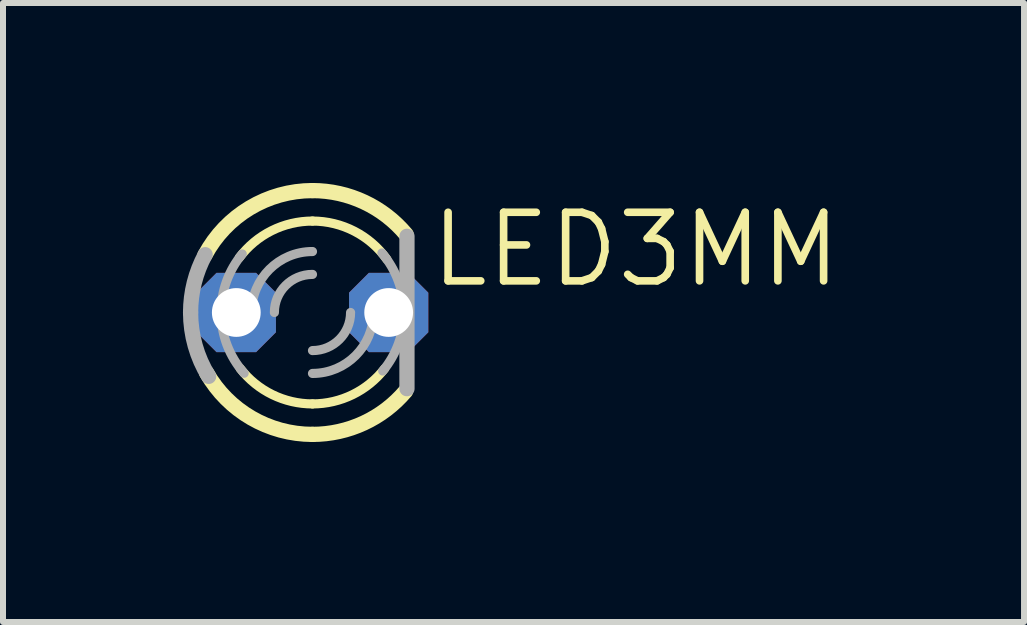
<source format=kicad_pcb>
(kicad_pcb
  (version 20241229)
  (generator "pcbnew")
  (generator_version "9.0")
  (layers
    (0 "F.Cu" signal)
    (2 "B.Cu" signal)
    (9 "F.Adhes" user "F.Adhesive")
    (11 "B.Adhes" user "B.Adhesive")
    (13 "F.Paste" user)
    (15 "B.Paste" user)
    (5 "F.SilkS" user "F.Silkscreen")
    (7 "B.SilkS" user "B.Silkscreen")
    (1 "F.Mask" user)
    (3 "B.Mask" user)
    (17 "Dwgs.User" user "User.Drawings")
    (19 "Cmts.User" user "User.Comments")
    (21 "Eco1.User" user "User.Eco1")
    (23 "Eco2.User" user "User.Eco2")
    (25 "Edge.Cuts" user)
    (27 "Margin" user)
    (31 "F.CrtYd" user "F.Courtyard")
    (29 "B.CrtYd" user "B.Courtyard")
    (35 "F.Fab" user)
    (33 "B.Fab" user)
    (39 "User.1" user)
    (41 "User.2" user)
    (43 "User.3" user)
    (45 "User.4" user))
  (footprint "LED3MM"
    (layer "F.Cu")
    (at 2.159 2.159)
    (property "Reference" "LED3MM" (at 1.905 -0.381 0) (layer "F.SilkS") (effects (font (size 1.143 1.143) (thickness 0.127)) (justify left bottom)))
    (fp_arc (start -1.7929 -0.9562) (mid -1.045438 -1.7424) (end 0 -2.032) (stroke (width 0.254) (type solid)) (layer "F.SilkS"))
    (fp_arc (start -1.2192 -0.9144) (mid -0.681554 -1.363107) (end 0 -1.524) (stroke (width 0.1524) (type solid)) (layer "F.SilkS"))
    (fp_arc (start 0 -2.032) (mid 0.861864 -1.840173) (end 1.561 -1.3009) (stroke (width 0.254) (type solid)) (layer "F.SilkS"))
    (fp_arc (start 0 -1.524) (mid 0.697339 -1.355082) (end 1.2401 -0.885801) (stroke (width 0.1524) (type solid)) (layer "F.SilkS"))
    (fp_arc (start 0 1.524) (mid -0.669593 1.369018) (end -1.203 0.9356) (stroke (width 0.1524) (type solid)) (layer "F.SilkS"))
    (fp_arc (start 0 2.032) (mid -1.019924 1.757525) (end -1.7643 1.0082) (stroke (width 0.254) (type solid)) (layer "F.SilkS"))
    (fp_arc (start 1.203 0.9356) (mid 0.669593 1.369018) (end 0 1.524) (stroke (width 0.1524) (type solid)) (layer "F.SilkS"))
    (fp_arc (start 1.5512 1.3126) (mid 0.854953 1.843405) (end 0 2.032) (stroke (width 0.254) (type solid)) (layer "F.SilkS"))
    (fp_line (start 1.575 1.27) (end 1.575 -1.27) (stroke (width 0.254) (type solid)) (layer "F.Fab"))
    (fp_arc (start -2.032 0) (mid -1.970339 -0.496775) (end -1.7891 -0.9634) (stroke (width 0.254) (type solid)) (layer "F.Fab"))
    (fp_arc (start -1.7306 1.065) (mid -1.95521 0.553417) (end -2.032 0) (stroke (width 0.254) (type solid)) (layer "F.Fab"))
    (fp_arc (start -1.524 0) (mid -1.432981 -0.518783) (end -1.1708 -0.9756) (stroke (width 0.1524) (type solid)) (layer "F.Fab"))
    (fp_arc (start -1.1391 1.0125) (mid -1.42454 0.5416) (end -1.524 0) (stroke (width 0.1524) (type solid)) (layer "F.Fab"))
    (fp_arc (start -1.016 0) (mid -0.71842 -0.71842) (end 0 -1.016) (stroke (width 0.1524) (type solid)) (layer "F.Fab"))
    (fp_arc (start -0.635 0) (mid -0.449013 -0.449013) (end 0 -0.635) (stroke (width 0.1524) (type solid)) (layer "F.Fab"))
    (fp_arc (start 0.635 0) (mid 0.449013 0.449013) (end 0 0.635) (stroke (width 0.1524) (type solid)) (layer "F.Fab"))
    (fp_arc (start 1.016 0) (mid 0.71842 0.71842) (end 0 1.016) (stroke (width 0.1524) (type solid)) (layer "F.Fab"))
    (fp_arc (start 1.1571 -0.9918) (mid 1.429332 -0.528744) (end 1.524 0) (stroke (width 0.1524) (type solid)) (layer "F.Fab"))
    (fp_arc (start 1.524 0) (mid 1.432981 0.518783) (end 1.1708 0.9756) (stroke (width 0.1524) (type solid)) (layer "F.Fab"))
    (pad "A" thru_hole roundrect (at -1.27 0) (size 1.321 1.321) (drill 0.813) (layers "*.Cu" "*.Mask") (roundrect_rratio 0.25) (chamfer_ratio 0.25) (chamfer top_left top_right bottom_left bottom_right))
    (pad "K" thru_hole roundrect (at 1.27 0) (size 1.321 1.321) (drill 0.813) (layers "*.Cu" "*.Mask") (roundrect_rratio 0.25) (chamfer_ratio 0.25) (chamfer top_left top_right bottom_left bottom_right)))
  (gr_rect
    (start -3 -3)
    (end 14.02 7.318)
    (stroke (width 0.1) (type default))
    (fill no)
    (layer "Edge.Cuts")))
</source>
